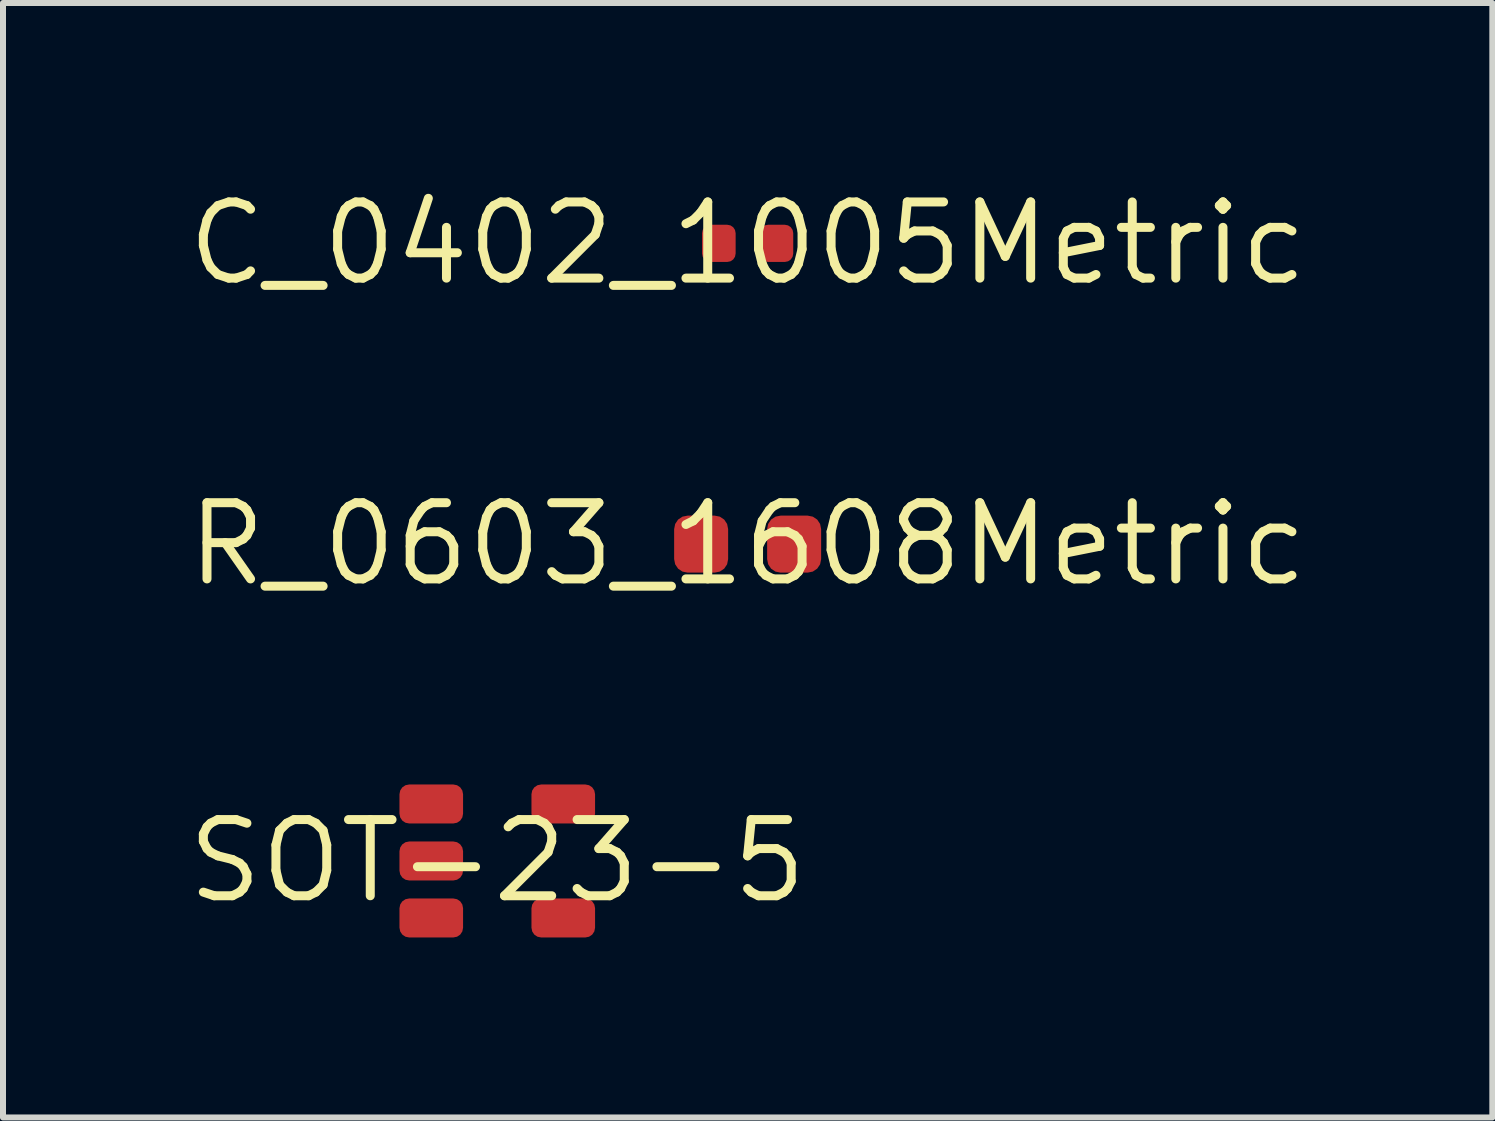
<source format=kicad_pcb>
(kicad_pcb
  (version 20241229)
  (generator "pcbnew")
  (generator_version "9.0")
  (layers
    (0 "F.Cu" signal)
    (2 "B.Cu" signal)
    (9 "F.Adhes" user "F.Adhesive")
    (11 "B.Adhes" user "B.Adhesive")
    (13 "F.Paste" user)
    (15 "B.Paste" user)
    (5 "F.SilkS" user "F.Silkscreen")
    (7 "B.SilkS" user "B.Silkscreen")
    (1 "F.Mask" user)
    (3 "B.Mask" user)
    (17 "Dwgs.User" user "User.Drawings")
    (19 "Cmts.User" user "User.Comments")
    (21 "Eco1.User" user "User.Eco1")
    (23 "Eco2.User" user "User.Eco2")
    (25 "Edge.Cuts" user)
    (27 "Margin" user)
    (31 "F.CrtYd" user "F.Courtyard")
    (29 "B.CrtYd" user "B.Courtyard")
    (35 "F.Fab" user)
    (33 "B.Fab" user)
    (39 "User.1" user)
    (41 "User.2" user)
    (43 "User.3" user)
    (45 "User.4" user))
  (footprint "C_0402_1005Metric"
    (layer "F.Cu")
    (at 9.411 1.006)
    (property "Reference" "C_0402_1005Metric" (at 0 0 0) (layer "F.SilkS") (effects (font (size 1.27 1.27) (thickness 0.15))))
    (attr smd)
    (pad "1" smd roundrect (at -0.48 0) (size 0.56 0.62) (layers "F.Cu" "F.Mask" "F.Paste") (roundrect_rratio 0.25))
    (pad "2" smd roundrect (at 0.48 0) (size 0.56 0.62) (layers "F.Cu" "F.Mask" "F.Paste") (roundrect_rratio 0.25)))
  (footprint "R_0603_1608Metric"
    (layer "F.Cu")
    (at 9.411 6.019)
    (property "Reference" "R_0603_1608Metric" (at 0 0 0) (layer "F.SilkS") (effects (font (size 1.27 1.27) (thickness 0.15))))
    (attr smd)
    (pad "1" smd roundrect (at -0.775 0) (size 0.9 0.95) (layers "F.Cu" "F.Mask" "F.Paste") (roundrect_rratio 0.25))
    (pad "2" smd roundrect (at 0.775 0) (size 0.9 0.95) (layers "F.Cu" "F.Mask" "F.Paste") (roundrect_rratio 0.25)))
  (footprint "SOT-23-5"
    (layer "F.Cu")
    (at 5.238 11.3)
    (property "Reference" "SOT-23-5" (at 0 0 0) (layer "F.SilkS") (effects (font (size 1.27 1.27) (thickness 0.15))))
    (attr smd)
    (pad "1" smd roundrect (at -1.1 0.95) (size 1.06 0.65) (layers "F.Cu" "F.Mask" "F.Paste") (roundrect_rratio 0.25))
    (pad "2" smd roundrect (at -1.1 0) (size 1.06 0.65) (layers "F.Cu" "F.Mask" "F.Paste") (roundrect_rratio 0.25))
    (pad "3" smd roundrect (at -1.1 -0.95) (size 1.06 0.65) (layers "F.Cu" "F.Mask" "F.Paste") (roundrect_rratio 0.25))
    (pad "4" smd roundrect (at 1.1 -0.95) (size 1.06 0.65) (layers "F.Cu" "F.Mask" "F.Paste") (roundrect_rratio 0.25))
    (pad "5" smd roundrect (at 1.1 0.95) (size 1.06 0.65) (layers "F.Cu" "F.Mask" "F.Paste") (roundrect_rratio 0.25)))
  (gr_rect
    (start -3 -3)
    (end 21.823 15.575)
    (stroke (width 0.1) (type default))
    (fill no)
    (layer "Edge.Cuts")))
</source>
